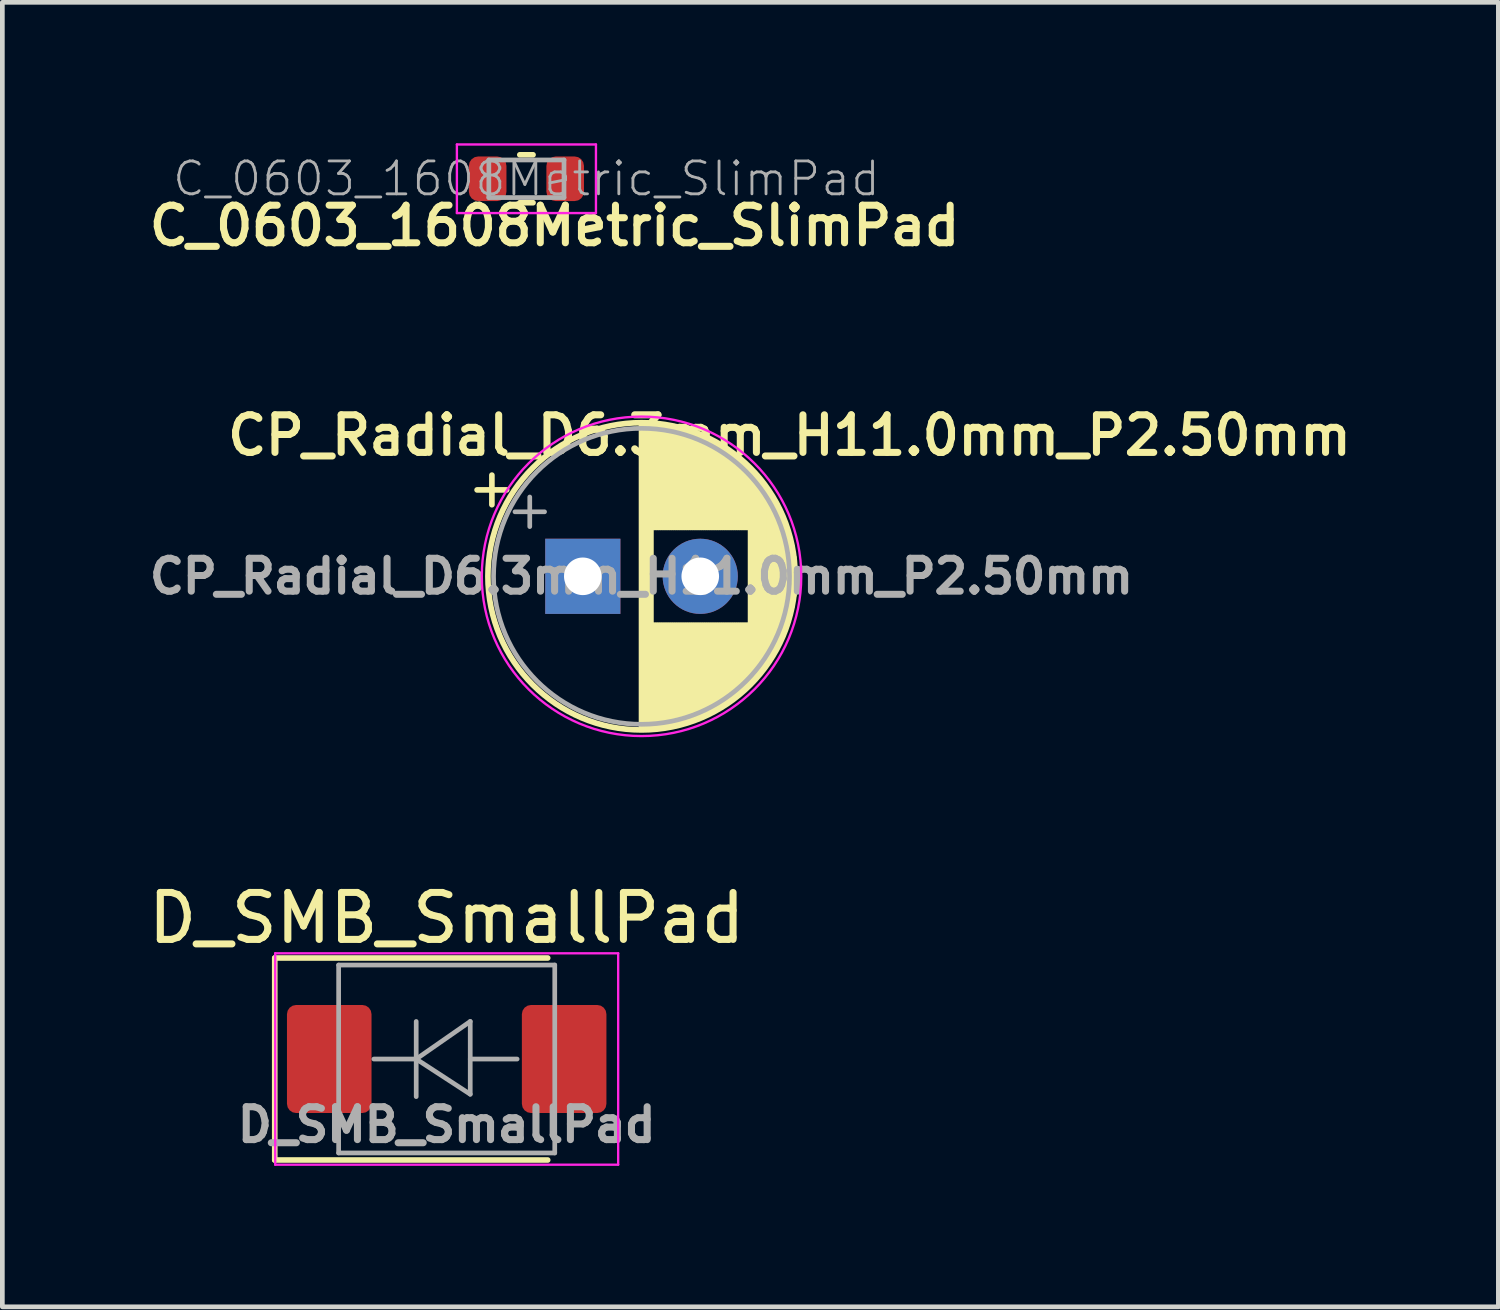
<source format=kicad_pcb>
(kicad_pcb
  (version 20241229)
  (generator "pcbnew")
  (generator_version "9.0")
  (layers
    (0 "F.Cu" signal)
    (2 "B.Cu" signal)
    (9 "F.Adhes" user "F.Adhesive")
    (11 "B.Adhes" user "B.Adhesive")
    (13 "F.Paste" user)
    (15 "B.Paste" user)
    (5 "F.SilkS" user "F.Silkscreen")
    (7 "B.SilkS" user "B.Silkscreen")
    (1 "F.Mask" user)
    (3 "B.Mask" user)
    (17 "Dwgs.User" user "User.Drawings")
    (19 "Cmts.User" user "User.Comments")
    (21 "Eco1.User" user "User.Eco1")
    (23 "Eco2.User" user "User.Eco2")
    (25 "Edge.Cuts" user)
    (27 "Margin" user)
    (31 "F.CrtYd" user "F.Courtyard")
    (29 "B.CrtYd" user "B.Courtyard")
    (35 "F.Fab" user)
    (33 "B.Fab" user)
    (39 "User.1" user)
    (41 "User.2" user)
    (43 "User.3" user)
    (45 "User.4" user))
  (footprint "CP_Radial_D6.3mm_H11.0mm_P2.50mm"
    (layer "F.Cu")
    (at 9.355 9.217)
    (property "Reference" "CP_Radial_D6.3mm_H11.0mm_P2.50mm" (at 4.4 -3 0) (layer "F.SilkS") (effects (font (size 0.8 0.8) (thickness 0.15))))
    (attr through_hole)
    (fp_line (start -2.25 -1.839) (end -1.62 -1.839) (stroke (width 0.12) (type solid)) (layer "F.SilkS"))
    (fp_line (start -1.935 -2.154) (end -1.935 -1.524) (stroke (width 0.12) (type solid)) (layer "F.SilkS"))
    (fp_line (start 1.25 -3.23) (end 1.25 3.23) (stroke (width 0.12) (type solid)) (layer "F.SilkS"))
    (fp_line (start 1.29 -3.23) (end 1.29 3.23) (stroke (width 0.12) (type solid)) (layer "F.SilkS"))
    (fp_line (start 1.33 -3.23) (end 1.33 3.23) (stroke (width 0.12) (type solid)) (layer "F.SilkS"))
    (fp_line (start 1.37 -3.228) (end 1.37 3.228) (stroke (width 0.12) (type solid)) (layer "F.SilkS"))
    (fp_line (start 1.41 -3.227) (end 1.41 3.227) (stroke (width 0.12) (type solid)) (layer "F.SilkS"))
    (fp_line (start 1.45 -3.224) (end 1.45 3.224) (stroke (width 0.12) (type solid)) (layer "F.SilkS"))
    (fp_line (start 1.49 -3.222) (end 1.49 -1.04) (stroke (width 0.12) (type solid)) (layer "F.SilkS"))
    (fp_line (start 1.49 1.04) (end 1.49 3.222) (stroke (width 0.12) (type solid)) (layer "F.SilkS"))
    (fp_line (start 1.53 -3.218) (end 1.53 -1.04) (stroke (width 0.12) (type solid)) (layer "F.SilkS"))
    (fp_line (start 1.53 1.04) (end 1.53 3.218) (stroke (width 0.12) (type solid)) (layer "F.SilkS"))
    (fp_line (start 1.57 -3.215) (end 1.57 -1.04) (stroke (width 0.12) (type solid)) (layer "F.SilkS"))
    (fp_line (start 1.57 1.04) (end 1.57 3.215) (stroke (width 0.12) (type solid)) (layer "F.SilkS"))
    (fp_line (start 1.61 -3.211) (end 1.61 -1.04) (stroke (width 0.12) (type solid)) (layer "F.SilkS"))
    (fp_line (start 1.61 1.04) (end 1.61 3.211) (stroke (width 0.12) (type solid)) (layer "F.SilkS"))
    (fp_line (start 1.65 -3.206) (end 1.65 -1.04) (stroke (width 0.12) (type solid)) (layer "F.SilkS"))
    (fp_line (start 1.65 1.04) (end 1.65 3.206) (stroke (width 0.12) (type solid)) (layer "F.SilkS"))
    (fp_line (start 1.69 -3.201) (end 1.69 -1.04) (stroke (width 0.12) (type solid)) (layer "F.SilkS"))
    (fp_line (start 1.69 1.04) (end 1.69 3.201) (stroke (width 0.12) (type solid)) (layer "F.SilkS"))
    (fp_line (start 1.73 -3.195) (end 1.73 -1.04) (stroke (width 0.12) (type solid)) (layer "F.SilkS"))
    (fp_line (start 1.73 1.04) (end 1.73 3.195) (stroke (width 0.12) (type solid)) (layer "F.SilkS"))
    (fp_line (start 1.77 -3.189) (end 1.77 -1.04) (stroke (width 0.12) (type solid)) (layer "F.SilkS"))
    (fp_line (start 1.77 1.04) (end 1.77 3.189) (stroke (width 0.12) (type solid)) (layer "F.SilkS"))
    (fp_line (start 1.81 -3.182) (end 1.81 -1.04) (stroke (width 0.12) (type solid)) (layer "F.SilkS"))
    (fp_line (start 1.81 1.04) (end 1.81 3.182) (stroke (width 0.12) (type solid)) (layer "F.SilkS"))
    (fp_line (start 1.85 -3.175) (end 1.85 -1.04) (stroke (width 0.12) (type solid)) (layer "F.SilkS"))
    (fp_line (start 1.85 1.04) (end 1.85 3.175) (stroke (width 0.12) (type solid)) (layer "F.SilkS"))
    (fp_line (start 1.89 -3.167) (end 1.89 -1.04) (stroke (width 0.12) (type solid)) (layer "F.SilkS"))
    (fp_line (start 1.89 1.04) (end 1.89 3.167) (stroke (width 0.12) (type solid)) (layer "F.SilkS"))
    (fp_line (start 1.93 -3.159) (end 1.93 -1.04) (stroke (width 0.12) (type solid)) (layer "F.SilkS"))
    (fp_line (start 1.93 1.04) (end 1.93 3.159) (stroke (width 0.12) (type solid)) (layer "F.SilkS"))
    (fp_line (start 1.971 -3.15) (end 1.971 -1.04) (stroke (width 0.12) (type solid)) (layer "F.SilkS"))
    (fp_line (start 1.971 1.04) (end 1.971 3.15) (stroke (width 0.12) (type solid)) (layer "F.SilkS"))
    (fp_line (start 2.011 -3.141) (end 2.011 -1.04) (stroke (width 0.12) (type solid)) (layer "F.SilkS"))
    (fp_line (start 2.011 1.04) (end 2.011 3.141) (stroke (width 0.12) (type solid)) (layer "F.SilkS"))
    (fp_line (start 2.051 -3.131) (end 2.051 -1.04) (stroke (width 0.12) (type solid)) (layer "F.SilkS"))
    (fp_line (start 2.051 1.04) (end 2.051 3.131) (stroke (width 0.12) (type solid)) (layer "F.SilkS"))
    (fp_line (start 2.091 -3.121) (end 2.091 -1.04) (stroke (width 0.12) (type solid)) (layer "F.SilkS"))
    (fp_line (start 2.091 1.04) (end 2.091 3.121) (stroke (width 0.12) (type solid)) (layer "F.SilkS"))
    (fp_line (start 2.131 -3.11) (end 2.131 -1.04) (stroke (width 0.12) (type solid)) (layer "F.SilkS"))
    (fp_line (start 2.131 1.04) (end 2.131 3.11) (stroke (width 0.12) (type solid)) (layer "F.SilkS"))
    (fp_line (start 2.171 -3.098) (end 2.171 -1.04) (stroke (width 0.12) (type solid)) (layer "F.SilkS"))
    (fp_line (start 2.171 1.04) (end 2.171 3.098) (stroke (width 0.12) (type solid)) (layer "F.SilkS"))
    (fp_line (start 2.211 -3.086) (end 2.211 -1.04) (stroke (width 0.12) (type solid)) (layer "F.SilkS"))
    (fp_line (start 2.211 1.04) (end 2.211 3.086) (stroke (width 0.12) (type solid)) (layer "F.SilkS"))
    (fp_line (start 2.251 -3.074) (end 2.251 -1.04) (stroke (width 0.12) (type solid)) (layer "F.SilkS"))
    (fp_line (start 2.251 1.04) (end 2.251 3.074) (stroke (width 0.12) (type solid)) (layer "F.SilkS"))
    (fp_line (start 2.291 -3.061) (end 2.291 -1.04) (stroke (width 0.12) (type solid)) (layer "F.SilkS"))
    (fp_line (start 2.291 1.04) (end 2.291 3.061) (stroke (width 0.12) (type solid)) (layer "F.SilkS"))
    (fp_line (start 2.331 -3.047) (end 2.331 -1.04) (stroke (width 0.12) (type solid)) (layer "F.SilkS"))
    (fp_line (start 2.331 1.04) (end 2.331 3.047) (stroke (width 0.12) (type solid)) (layer "F.SilkS"))
    (fp_line (start 2.371 -3.033) (end 2.371 -1.04) (stroke (width 0.12) (type solid)) (layer "F.SilkS"))
    (fp_line (start 2.371 1.04) (end 2.371 3.033) (stroke (width 0.12) (type solid)) (layer "F.SilkS"))
    (fp_line (start 2.411 -3.018) (end 2.411 -1.04) (stroke (width 0.12) (type solid)) (layer "F.SilkS"))
    (fp_line (start 2.411 1.04) (end 2.411 3.018) (stroke (width 0.12) (type solid)) (layer "F.SilkS"))
    (fp_line (start 2.451 -3.002) (end 2.451 -1.04) (stroke (width 0.12) (type solid)) (layer "F.SilkS"))
    (fp_line (start 2.451 1.04) (end 2.451 3.002) (stroke (width 0.12) (type solid)) (layer "F.SilkS"))
    (fp_line (start 2.491 -2.986) (end 2.491 -1.04) (stroke (width 0.12) (type solid)) (layer "F.SilkS"))
    (fp_line (start 2.491 1.04) (end 2.491 2.986) (stroke (width 0.12) (type solid)) (layer "F.SilkS"))
    (fp_line (start 2.531 -2.97) (end 2.531 -1.04) (stroke (width 0.12) (type solid)) (layer "F.SilkS"))
    (fp_line (start 2.531 1.04) (end 2.531 2.97) (stroke (width 0.12) (type solid)) (layer "F.SilkS"))
    (fp_line (start 2.571 -2.952) (end 2.571 -1.04) (stroke (width 0.12) (type solid)) (layer "F.SilkS"))
    (fp_line (start 2.571 1.04) (end 2.571 2.952) (stroke (width 0.12) (type solid)) (layer "F.SilkS"))
    (fp_line (start 2.611 -2.934) (end 2.611 -1.04) (stroke (width 0.12) (type solid)) (layer "F.SilkS"))
    (fp_line (start 2.611 1.04) (end 2.611 2.934) (stroke (width 0.12) (type solid)) (layer "F.SilkS"))
    (fp_line (start 2.651 -2.916) (end 2.651 -1.04) (stroke (width 0.12) (type solid)) (layer "F.SilkS"))
    (fp_line (start 2.651 1.04) (end 2.651 2.916) (stroke (width 0.12) (type solid)) (layer "F.SilkS"))
    (fp_line (start 2.691 -2.896) (end 2.691 -1.04) (stroke (width 0.12) (type solid)) (layer "F.SilkS"))
    (fp_line (start 2.691 1.04) (end 2.691 2.896) (stroke (width 0.12) (type solid)) (layer "F.SilkS"))
    (fp_line (start 2.731 -2.876) (end 2.731 -1.04) (stroke (width 0.12) (type solid)) (layer "F.SilkS"))
    (fp_line (start 2.731 1.04) (end 2.731 2.876) (stroke (width 0.12) (type solid)) (layer "F.SilkS"))
    (fp_line (start 2.771 -2.856) (end 2.771 -1.04) (stroke (width 0.12) (type solid)) (layer "F.SilkS"))
    (fp_line (start 2.771 1.04) (end 2.771 2.856) (stroke (width 0.12) (type solid)) (layer "F.SilkS"))
    (fp_line (start 2.811 -2.834) (end 2.811 -1.04) (stroke (width 0.12) (type solid)) (layer "F.SilkS"))
    (fp_line (start 2.811 1.04) (end 2.811 2.834) (stroke (width 0.12) (type solid)) (layer "F.SilkS"))
    (fp_line (start 2.851 -2.812) (end 2.851 -1.04) (stroke (width 0.12) (type solid)) (layer "F.SilkS"))
    (fp_line (start 2.851 1.04) (end 2.851 2.812) (stroke (width 0.12) (type solid)) (layer "F.SilkS"))
    (fp_line (start 2.891 -2.79) (end 2.891 -1.04) (stroke (width 0.12) (type solid)) (layer "F.SilkS"))
    (fp_line (start 2.891 1.04) (end 2.891 2.79) (stroke (width 0.12) (type solid)) (layer "F.SilkS"))
    (fp_line (start 2.931 -2.766) (end 2.931 -1.04) (stroke (width 0.12) (type solid)) (layer "F.SilkS"))
    (fp_line (start 2.931 1.04) (end 2.931 2.766) (stroke (width 0.12) (type solid)) (layer "F.SilkS"))
    (fp_line (start 2.971 -2.742) (end 2.971 -1.04) (stroke (width 0.12) (type solid)) (layer "F.SilkS"))
    (fp_line (start 2.971 1.04) (end 2.971 2.742) (stroke (width 0.12) (type solid)) (layer "F.SilkS"))
    (fp_line (start 3.011 -2.716) (end 3.011 -1.04) (stroke (width 0.12) (type solid)) (layer "F.SilkS"))
    (fp_line (start 3.011 1.04) (end 3.011 2.716) (stroke (width 0.12) (type solid)) (layer "F.SilkS"))
    (fp_line (start 3.051 -2.69) (end 3.051 -1.04) (stroke (width 0.12) (type solid)) (layer "F.SilkS"))
    (fp_line (start 3.051 1.04) (end 3.051 2.69) (stroke (width 0.12) (type solid)) (layer "F.SilkS"))
    (fp_line (start 3.091 -2.664) (end 3.091 -1.04) (stroke (width 0.12) (type solid)) (layer "F.SilkS"))
    (fp_line (start 3.091 1.04) (end 3.091 2.664) (stroke (width 0.12) (type solid)) (layer "F.SilkS"))
    (fp_line (start 3.131 -2.636) (end 3.131 -1.04) (stroke (width 0.12) (type solid)) (layer "F.SilkS"))
    (fp_line (start 3.131 1.04) (end 3.131 2.636) (stroke (width 0.12) (type solid)) (layer "F.SilkS"))
    (fp_line (start 3.171 -2.607) (end 3.171 -1.04) (stroke (width 0.12) (type solid)) (layer "F.SilkS"))
    (fp_line (start 3.171 1.04) (end 3.171 2.607) (stroke (width 0.12) (type solid)) (layer "F.SilkS"))
    (fp_line (start 3.211 -2.578) (end 3.211 -1.04) (stroke (width 0.12) (type solid)) (layer "F.SilkS"))
    (fp_line (start 3.211 1.04) (end 3.211 2.578) (stroke (width 0.12) (type solid)) (layer "F.SilkS"))
    (fp_line (start 3.251 -2.548) (end 3.251 -1.04) (stroke (width 0.12) (type solid)) (layer "F.SilkS"))
    (fp_line (start 3.251 1.04) (end 3.251 2.548) (stroke (width 0.12) (type solid)) (layer "F.SilkS"))
    (fp_line (start 3.291 -2.516) (end 3.291 -1.04) (stroke (width 0.12) (type solid)) (layer "F.SilkS"))
    (fp_line (start 3.291 1.04) (end 3.291 2.516) (stroke (width 0.12) (type solid)) (layer "F.SilkS"))
    (fp_line (start 3.331 -2.484) (end 3.331 -1.04) (stroke (width 0.12) (type solid)) (layer "F.SilkS"))
    (fp_line (start 3.331 1.04) (end 3.331 2.484) (stroke (width 0.12) (type solid)) (layer "F.SilkS"))
    (fp_line (start 3.371 -2.45) (end 3.371 -1.04) (stroke (width 0.12) (type solid)) (layer "F.SilkS"))
    (fp_line (start 3.371 1.04) (end 3.371 2.45) (stroke (width 0.12) (type solid)) (layer "F.SilkS"))
    (fp_line (start 3.411 -2.416) (end 3.411 -1.04) (stroke (width 0.12) (type solid)) (layer "F.SilkS"))
    (fp_line (start 3.411 1.04) (end 3.411 2.416) (stroke (width 0.12) (type solid)) (layer "F.SilkS"))
    (fp_line (start 3.451 -2.38) (end 3.451 -1.04) (stroke (width 0.12) (type solid)) (layer "F.SilkS"))
    (fp_line (start 3.451 1.04) (end 3.451 2.38) (stroke (width 0.12) (type solid)) (layer "F.SilkS"))
    (fp_line (start 3.491 -2.343) (end 3.491 -1.04) (stroke (width 0.12) (type solid)) (layer "F.SilkS"))
    (fp_line (start 3.491 1.04) (end 3.491 2.343) (stroke (width 0.12) (type solid)) (layer "F.SilkS"))
    (fp_line (start 3.531 -2.305) (end 3.531 -1.04) (stroke (width 0.12) (type solid)) (layer "F.SilkS"))
    (fp_line (start 3.531 1.04) (end 3.531 2.305) (stroke (width 0.12) (type solid)) (layer "F.SilkS"))
    (fp_line (start 3.571 -2.265) (end 3.571 2.265) (stroke (width 0.12) (type solid)) (layer "F.SilkS"))
    (fp_line (start 3.611 -2.224) (end 3.611 2.224) (stroke (width 0.12) (type solid)) (layer "F.SilkS"))
    (fp_line (start 3.651 -2.182) (end 3.651 2.182) (stroke (width 0.12) (type solid)) (layer "F.SilkS"))
    (fp_line (start 3.691 -2.137) (end 3.691 2.137) (stroke (width 0.12) (type solid)) (layer "F.SilkS"))
    (fp_line (start 3.731 -2.092) (end 3.731 2.092) (stroke (width 0.12) (type solid)) (layer "F.SilkS"))
    (fp_line (start 3.771 -2.044) (end 3.771 2.044) (stroke (width 0.12) (type solid)) (layer "F.SilkS"))
    (fp_line (start 3.811 -1.995) (end 3.811 1.995) (stroke (width 0.12) (type solid)) (layer "F.SilkS"))
    (fp_line (start 3.851 -1.944) (end 3.851 1.944) (stroke (width 0.12) (type solid)) (layer "F.SilkS"))
    (fp_line (start 3.891 -1.89) (end 3.891 1.89) (stroke (width 0.12) (type solid)) (layer "F.SilkS"))
    (fp_line (start 3.931 -1.834) (end 3.931 1.834) (stroke (width 0.12) (type solid)) (layer "F.SilkS"))
    (fp_line (start 3.971 -1.776) (end 3.971 1.776) (stroke (width 0.12) (type solid)) (layer "F.SilkS"))
    (fp_line (start 4.011 -1.714) (end 4.011 1.714) (stroke (width 0.12) (type solid)) (layer "F.SilkS"))
    (fp_line (start 4.051 -1.65) (end 4.051 1.65) (stroke (width 0.12) (type solid)) (layer "F.SilkS"))
    (fp_line (start 4.091 -1.581) (end 4.091 1.581) (stroke (width 0.12) (type solid)) (layer "F.SilkS"))
    (fp_line (start 4.131 -1.509) (end 4.131 1.509) (stroke (width 0.12) (type solid)) (layer "F.SilkS"))
    (fp_line (start 4.171 -1.432) (end 4.171 1.432) (stroke (width 0.12) (type solid)) (layer "F.SilkS"))
    (fp_line (start 4.211 -1.35) (end 4.211 1.35) (stroke (width 0.12) (type solid)) (layer "F.SilkS"))
    (fp_line (start 4.251 -1.262) (end 4.251 1.262) (stroke (width 0.12) (type solid)) (layer "F.SilkS"))
    (fp_line (start 4.291 -1.165) (end 4.291 1.165) (stroke (width 0.12) (type solid)) (layer "F.SilkS"))
    (fp_line (start 4.331 -1.059) (end 4.331 1.059) (stroke (width 0.12) (type solid)) (layer "F.SilkS"))
    (fp_line (start 4.371 -0.94) (end 4.371 0.94) (stroke (width 0.12) (type solid)) (layer "F.SilkS"))
    (fp_line (start 4.411 -0.802) (end 4.411 0.802) (stroke (width 0.12) (type solid)) (layer "F.SilkS"))
    (fp_line (start 4.451 -0.633) (end 4.451 0.633) (stroke (width 0.12) (type solid)) (layer "F.SilkS"))
    (fp_line (start 4.491 -0.402) (end 4.491 0.402) (stroke (width 0.12) (type solid)) (layer "F.SilkS"))
    (fp_circle (center 1.25 0) (end 4.52 0) (stroke (width 0.12) (type solid)) (fill no) (layer "F.SilkS"))
    (fp_circle (center 1.25 0) (end 4.65 0) (stroke (width 0.05) (type solid)) (fill no) (layer "F.CrtYd"))
    (fp_line (start -1.444 -1.373) (end -0.814 -1.373) (stroke (width 0.1) (type solid)) (layer "F.Fab"))
    (fp_line (start -1.129 -1.688) (end -1.129 -1.058) (stroke (width 0.1) (type solid)) (layer "F.Fab"))
    (fp_circle (center 1.25 0) (end 4.4 0) (stroke (width 0.1) (type solid)) (fill no) (layer "F.Fab"))
    (fp_text user "${REFERENCE}" (at 1.25 0 0) (layer "F.Fab") (effects (font (size 0.7 0.7) (thickness 0.15))))
    (pad "1" thru_hole rect (at 0 0) (size 1.6 1.6) (drill 0.8) (layers "*.Cu" "*.Mask"))
    (pad "2" thru_hole circle (at 2.5 0) (size 1.6 1.6) (drill 0.8) (layers "*.Cu" "*.Mask")))
  (footprint "D_SMB_SmallPad"
    (layer "F.Cu")
    (at 6.458 19.491)
    (property "Reference" "D_SMB_SmallPad" (at 0 -3 0) (layer "F.SilkS") (effects (font (size 1 1) (thickness 0.15))))
    (attr smd)
    (fp_line (start -3.66 -2.15) (end -3.66 2.15) (stroke (width 0.12) (type solid)) (layer "F.SilkS"))
    (fp_line (start -3.66 -2.15) (end 2.15 -2.15) (stroke (width 0.12) (type solid)) (layer "F.SilkS"))
    (fp_line (start -3.66 2.15) (end 2.15 2.15) (stroke (width 0.12) (type solid)) (layer "F.SilkS"))
    (fp_line (start -3.65 -2.25) (end 3.65 -2.25) (stroke (width 0.05) (type solid)) (layer "F.CrtYd"))
    (fp_line (start -3.65 2.25) (end -3.65 -2.25) (stroke (width 0.05) (type solid)) (layer "F.CrtYd"))
    (fp_line (start 3.65 -2.25) (end 3.65 2.25) (stroke (width 0.05) (type solid)) (layer "F.CrtYd"))
    (fp_line (start 3.65 2.25) (end -3.65 2.25) (stroke (width 0.05) (type solid)) (layer "F.CrtYd"))
    (fp_line (start -2.3 2) (end -2.3 -2) (stroke (width 0.1) (type solid)) (layer "F.Fab"))
    (fp_line (start -0.649 -0.799) (end -0.649 0.801) (stroke (width 0.1) (type solid)) (layer "F.Fab"))
    (fp_line (start -0.649 0.001) (end -1.551 0.001) (stroke (width 0.1) (type solid)) (layer "F.Fab"))
    (fp_line (start -0.649 0.001) (end 0.501 -0.799) (stroke (width 0.1) (type solid)) (layer "F.Fab"))
    (fp_line (start -0.649 0.001) (end 0.501 0.75) (stroke (width 0.1) (type solid)) (layer "F.Fab"))
    (fp_line (start 0.501 0.001) (end 1.499 0.001) (stroke (width 0.1) (type solid)) (layer "F.Fab"))
    (fp_line (start 0.501 0.75) (end 0.501 -0.799) (stroke (width 0.1) (type solid)) (layer "F.Fab"))
    (fp_line (start 2.3 -2) (end -2.3 -2) (stroke (width 0.1) (type solid)) (layer "F.Fab"))
    (fp_line (start 2.3 -2) (end 2.3 2) (stroke (width 0.1) (type solid)) (layer "F.Fab"))
    (fp_line (start 2.3 2) (end -2.3 2) (stroke (width 0.1) (type solid)) (layer "F.Fab"))
    (fp_text user "${REFERENCE}" (at 0 1.4 0) (layer "F.Fab") (effects (font (size 0.7 0.7) (thickness 0.15))))
    (pad "1" smd roundrect (at -2.5 0) (size 1.8 2.3) (layers "F.Cu" "F.Mask" "F.Paste") (roundrect_rratio 0.109))
    (pad "2" smd roundrect (at 2.5 0) (size 1.8 2.3) (layers "F.Cu" "F.Mask" "F.Paste") (roundrect_rratio 0.109)))
  (footprint "C_0603_1608Metric_SlimPad"
    (layer "F.Cu")
    (at 8.155 0.755)
    (property "Reference" "C_0603_1608Metric_SlimPad" (at 0.6 1 180) (layer "F.SilkS") (effects (font (size 0.8 0.8) (thickness 0.15))))
    (attr smd)
    (fp_line (start -0.141 -0.51) (end 0.141 -0.51) (stroke (width 0.12) (type solid)) (layer "F.SilkS"))
    (fp_line (start -0.141 0.51) (end 0.141 0.51) (stroke (width 0.12) (type solid)) (layer "F.SilkS"))
    (fp_line (start -1.48 -0.73) (end 1.48 -0.73) (stroke (width 0.05) (type solid)) (layer "F.CrtYd"))
    (fp_line (start -1.48 0.73) (end -1.48 -0.73) (stroke (width 0.05) (type solid)) (layer "F.CrtYd"))
    (fp_line (start 1.48 -0.73) (end 1.48 0.73) (stroke (width 0.05) (type solid)) (layer "F.CrtYd"))
    (fp_line (start 1.48 0.73) (end -1.48 0.73) (stroke (width 0.05) (type solid)) (layer "F.CrtYd"))
    (fp_line (start -0.8 -0.4) (end 0.8 -0.4) (stroke (width 0.1) (type solid)) (layer "F.Fab"))
    (fp_line (start -0.8 0.4) (end -0.8 -0.4) (stroke (width 0.1) (type solid)) (layer "F.Fab"))
    (fp_line (start 0.8 -0.4) (end 0.8 0.4) (stroke (width 0.1) (type solid)) (layer "F.Fab"))
    (fp_line (start 0.8 0.4) (end -0.8 0.4) (stroke (width 0.1) (type solid)) (layer "F.Fab"))
    (fp_text user "${REFERENCE}" (at 0 0 180) (layer "F.Fab") (effects (font (size 0.7 0.7) (thickness 0.06))))
    (pad "1" smd roundrect (at -0.825 0) (size 0.8 0.95) (layers "F.Cu" "F.Mask" "F.Paste") (roundrect_rratio 0.25))
    (pad "2" smd roundrect (at 0.825 0) (size 0.8 0.95) (layers "F.Cu" "F.Mask" "F.Paste") (roundrect_rratio 0.25)))
  (gr_rect
    (start -3 -3)
    (end 28.843 24.766)
    (stroke (width 0.1) (type default))
    (fill no)
    (layer "Edge.Cuts")))
</source>
